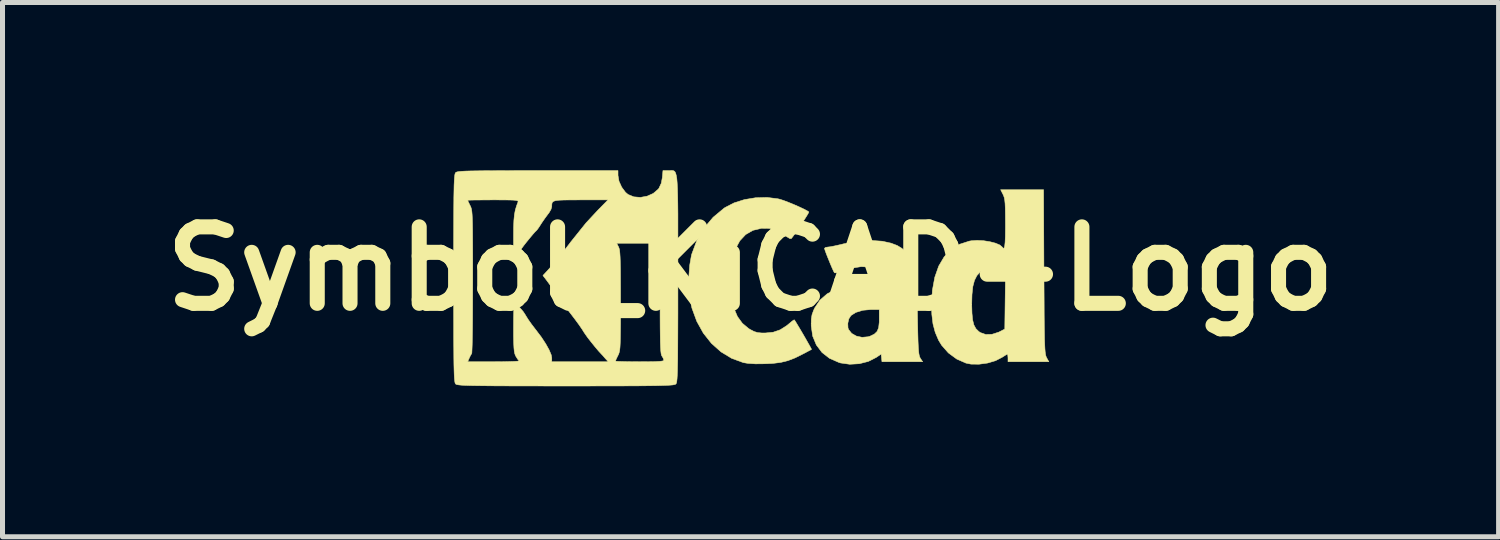
<source format=kicad_pcb>
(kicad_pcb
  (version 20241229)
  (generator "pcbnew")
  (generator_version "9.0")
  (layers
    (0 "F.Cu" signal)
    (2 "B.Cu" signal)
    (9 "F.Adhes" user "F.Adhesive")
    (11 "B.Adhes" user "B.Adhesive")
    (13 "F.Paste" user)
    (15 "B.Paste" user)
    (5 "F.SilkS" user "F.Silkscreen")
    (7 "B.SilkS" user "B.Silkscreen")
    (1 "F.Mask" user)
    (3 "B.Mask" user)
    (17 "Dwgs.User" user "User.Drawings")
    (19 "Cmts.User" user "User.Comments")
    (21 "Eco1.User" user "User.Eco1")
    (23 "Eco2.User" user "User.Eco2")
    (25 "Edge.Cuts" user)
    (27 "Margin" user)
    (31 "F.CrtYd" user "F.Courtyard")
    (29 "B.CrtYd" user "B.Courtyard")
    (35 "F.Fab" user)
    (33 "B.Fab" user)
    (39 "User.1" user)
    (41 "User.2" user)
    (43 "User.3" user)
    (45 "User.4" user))
  (footprint "Symbol_KiCAD-Logo"
    (layer "F.Cu")
    (at 11.909 2.306)
    (property "Reference" "Symbol_KiCAD-Logo" (at 0 0 0) (layer "F.SilkS") (effects (font (size 1.524 1.524) (thickness 0.3))))
    (attr through_hole)
    (fp_poly (pts (xy -2.044 -2.274) (xy -1.926 -2.208) (xy -1.833 -2.105) (xy -1.789 -2.019) (xy -1.759 -1.88) (xy -1.768 -1.742) (xy -1.815 -1.621) (xy -1.827 -1.602) (xy -1.918 -1.515) (xy -2.037 -1.454) (xy -2.17 -1.425) (xy -2.302 -1.428) (xy -2.42 -1.467) (xy -2.441 -1.48) (xy -2.523 -1.559) (xy -2.591 -1.667) (xy -2.633 -1.785) (xy -2.642 -1.854) (xy -2.622 -1.963) (xy -2.572 -2.078) (xy -2.501 -2.177) (xy -2.445 -2.226) (xy -2.313 -2.286) (xy -2.176 -2.301) (xy -2.044 -2.274)) (stroke (width 0.01) (type solid)) (fill yes) (layer "F.Mask"))
    (fp_poly (pts (xy -1.803 0.592) (xy -1.803 0.864) (xy -1.802 1.089) (xy -1.801 1.272) (xy -1.799 1.417) (xy -1.795 1.53) (xy -1.791 1.613) (xy -1.786 1.672) (xy -1.779 1.712) (xy -1.77 1.735) (xy -1.766 1.741) (xy -1.74 1.779) (xy -1.729 1.807) (xy -1.739 1.827) (xy -1.776 1.841) (xy -1.844 1.849) (xy -1.948 1.853) (xy -2.095 1.854) (xy -2.21 1.854) (xy -2.36 1.854) (xy -2.491 1.852) (xy -2.596 1.849) (xy -2.665 1.845) (xy -2.692 1.841) (xy -2.692 1.84) (xy -2.682 1.811) (xy -2.655 1.755) (xy -2.642 1.727) (xy -2.629 1.7) (xy -2.618 1.669) (xy -2.61 1.631) (xy -2.603 1.579) (xy -2.599 1.509) (xy -2.595 1.415) (xy -2.593 1.292) (xy -2.592 1.136) (xy -2.591 0.94) (xy -2.591 0.699) (xy -2.591 0.635) (xy -2.591 0.377) (xy -2.592 0.166) (xy -2.594 -0.005) (xy -2.596 -0.139) (xy -2.6 -0.241) (xy -2.605 -0.317) (xy -2.612 -0.372) (xy -2.62 -0.409) (xy -2.63 -0.433) (xy -2.668 -0.508) (xy -1.803 -0.508) (xy -1.803 0.592)) (stroke (width 0.01) (type solid)) (fill yes) (layer "F.Mask"))
    (fp_poly (pts (xy -3.386 -1.372) (xy -2.841 -1.372) (xy -3.04 -1.17) (xy -3.369 -0.807) (xy -3.584 -0.533) (xy -3.662 -0.43) (xy -3.757 -0.309) (xy -3.857 -0.186) (xy -3.952 -0.072) (xy -4.031 0.02) (xy -4.057 0.048) (xy -4.138 0.135) (xy -4.068 0.226) (xy -3.933 0.416) (xy -3.845 0.555) (xy -3.79 0.637) (xy -3.729 0.717) (xy -3.724 0.723) (xy -3.655 0.806) (xy -3.574 0.908) (xy -3.491 1.018) (xy -3.414 1.124) (xy -3.352 1.213) (xy -3.317 1.271) (xy -3.282 1.324) (xy -3.223 1.402) (xy -3.151 1.493) (xy -3.076 1.584) (xy -3.008 1.663) (xy -2.972 1.702) (xy -2.948 1.728) (xy -2.906 1.775) (xy -2.898 1.785) (xy -2.836 1.854) (xy -3.962 1.854) (xy -3.962 1.776) (xy -3.979 1.699) (xy -4.026 1.594) (xy -4.1 1.468) (xy -4.194 1.33) (xy -4.281 1.216) (xy -4.353 1.123) (xy -4.418 1.032) (xy -4.465 0.96) (xy -4.471 0.949) (xy -4.511 0.882) (xy -4.547 0.834) (xy -4.555 0.826) (xy -4.59 0.787) (xy -4.63 0.73) (xy -4.668 0.682) (xy -4.698 0.66) (xy -4.7 0.66) (xy -4.708 0.685) (xy -4.716 0.756) (xy -4.721 0.87) (xy -4.724 1.022) (xy -4.724 1.157) (xy -4.724 1.336) (xy -4.721 1.472) (xy -4.717 1.572) (xy -4.709 1.644) (xy -4.698 1.695) (xy -4.684 1.733) (xy -4.683 1.735) (xy -4.647 1.794) (xy -4.616 1.833) (xy -4.613 1.835) (xy -4.628 1.84) (xy -4.688 1.845) (xy -4.784 1.849) (xy -4.91 1.852) (xy -5.059 1.854) (xy -5.111 1.854) (xy -5.638 1.854) (xy -5.608 1.784) (xy -5.58 1.726) (xy -5.558 1.69) (xy -5.554 1.661) (xy -5.55 1.586) (xy -5.547 1.469) (xy -5.544 1.315) (xy -5.542 1.13) (xy -5.54 0.916) (xy -5.538 0.68) (xy -5.537 0.426) (xy -5.537 0.254) (xy -5.537 -0.05) (xy -5.538 -0.307) (xy -5.538 -0.522) (xy -5.539 -0.699) (xy -5.541 -0.842) (xy -5.544 -0.955) (xy -5.547 -1.043) (xy -5.552 -1.11) (xy -5.557 -1.159) (xy -5.564 -1.196) (xy -5.573 -1.224) (xy -5.583 -1.247) (xy -5.588 -1.257) (xy -5.619 -1.319) (xy -5.637 -1.358) (xy -5.639 -1.364) (xy -5.615 -1.366) (xy -5.547 -1.368) (xy -5.444 -1.37) (xy -5.313 -1.371) (xy -5.162 -1.372) (xy -5.128 -1.372) (xy -4.955 -1.371) (xy -4.826 -1.37) (xy -4.736 -1.368) (xy -4.678 -1.363) (xy -4.646 -1.356) (xy -4.633 -1.345) (xy -4.634 -1.331) (xy -4.636 -1.327) (xy -4.669 -1.238) (xy -4.693 -1.15) (xy -4.709 -1.051) (xy -4.719 -0.931) (xy -4.724 -0.779) (xy -4.724 -0.639) (xy -4.724 -0.219) (xy -4.648 -0.292) (xy -4.601 -0.342) (xy -4.574 -0.38) (xy -4.572 -0.387) (xy -4.557 -0.412) (xy -4.517 -0.466) (xy -4.462 -0.536) (xy -4.401 -0.611) (xy -4.342 -0.682) (xy -4.294 -0.736) (xy -4.267 -0.762) (xy -4.244 -0.789) (xy -4.206 -0.845) (xy -4.178 -0.889) (xy -4.12 -0.977) (xy -4.057 -1.063) (xy -4.035 -1.092) (xy -3.99 -1.158) (xy -3.965 -1.219) (xy -3.962 -1.236) (xy -3.962 -1.279) (xy -3.956 -1.312) (xy -3.939 -1.337) (xy -3.905 -1.353) (xy -3.847 -1.363) (xy -3.759 -1.369) (xy -3.635 -1.371) (xy -3.469 -1.372) (xy -3.386 -1.372)) (stroke (width 0.01) (type solid)) (fill yes) (layer "F.Mask"))
    (fp_poly (pts (xy 0.545 -1.394) (xy 0.586 -1.384) (xy 0.657 -1.361) (xy 0.752 -1.325) (xy 0.86 -1.281) (xy 0.967 -1.234) (xy 1.061 -1.19) (xy 1.131 -1.153) (xy 1.162 -1.132) (xy 1.152 -1.109) (xy 1.12 -1.054) (xy 1.071 -0.977) (xy 1.013 -0.888) (xy 0.951 -0.795) (xy 0.893 -0.71) (xy 0.843 -0.641) (xy 0.811 -0.6) (xy 0.782 -0.602) (xy 0.73 -0.633) (xy 0.686 -0.667) (xy 0.541 -0.759) (xy 0.376 -0.804) (xy 0.218 -0.806) (xy 0.047 -0.765) (xy -0.097 -0.682) (xy -0.214 -0.557) (xy -0.303 -0.392) (xy -0.364 -0.187) (xy -0.396 0.056) (xy -0.4 0.33) (xy -0.378 0.578) (xy -0.333 0.784) (xy -0.262 0.952) (xy -0.164 1.087) (xy -0.037 1.193) (xy -0.007 1.211) (xy 0.07 1.251) (xy 0.141 1.273) (xy 0.229 1.281) (xy 0.292 1.281) (xy 0.452 1.265) (xy 0.591 1.217) (xy 0.725 1.131) (xy 0.775 1.089) (xy 0.829 1.044) (xy 0.865 1.02) (xy 0.873 1.019) (xy 0.895 1.052) (xy 0.934 1.116) (xy 0.985 1.201) (xy 1.042 1.298) (xy 1.098 1.395) (xy 1.149 1.485) (xy 1.189 1.556) (xy 1.212 1.599) (xy 1.215 1.608) (xy 1.19 1.622) (xy 1.132 1.652) (xy 1.054 1.694) (xy 1.049 1.696) (xy 0.887 1.777) (xy 0.744 1.832) (xy 0.602 1.867) (xy 0.443 1.887) (xy 0.292 1.894) (xy 0.099 1.896) (xy -0.053 1.886) (xy -0.144 1.871) (xy -0.376 1.786) (xy -0.589 1.657) (xy -0.779 1.488) (xy -0.941 1.284) (xy -1.072 1.048) (xy -1.168 0.786) (xy -1.172 0.77) (xy -1.209 0.583) (xy -1.228 0.369) (xy -1.229 0.145) (xy -1.213 -0.07) (xy -1.18 -0.259) (xy -1.172 -0.291) (xy -1.07 -0.565) (xy -0.927 -0.811) (xy -0.746 -1.025) (xy -0.529 -1.206) (xy -0.508 -1.22) (xy -0.33 -1.312) (xy -0.122 -1.378) (xy 0.102 -1.415) (xy 0.329 -1.421) (xy 0.545 -1.394)) (stroke (width 0.01) (type solid)) (fill yes) (layer "F.SilkS"))
    (fp_poly (pts (xy 5.847 0.057) (xy 5.849 0.387) (xy 5.851 0.67) (xy 5.852 0.91) (xy 5.854 1.11) (xy 5.857 1.275) (xy 5.859 1.408) (xy 5.863 1.514) (xy 5.867 1.595) (xy 5.872 1.657) (xy 5.878 1.701) (xy 5.885 1.734) (xy 5.893 1.757) (xy 5.9 1.772) (xy 5.945 1.854) (xy 5.131 1.854) (xy 5.131 1.778) (xy 5.127 1.724) (xy 5.119 1.702) (xy 5.119 1.702) (xy 5.093 1.715) (xy 5.041 1.748) (xy 5.014 1.765) (xy 4.882 1.833) (xy 4.722 1.88) (xy 4.553 1.903) (xy 4.393 1.901) (xy 4.293 1.881) (xy 4.109 1.8) (xy 3.943 1.678) (xy 3.809 1.526) (xy 3.747 1.424) (xy 3.68 1.266) (xy 3.636 1.1) (xy 3.613 0.911) (xy 3.607 0.725) (xy 3.608 0.711) (xy 4.408 0.711) (xy 4.413 0.887) (xy 4.426 1.02) (xy 4.451 1.12) (xy 4.491 1.194) (xy 4.547 1.25) (xy 4.579 1.272) (xy 4.685 1.31) (xy 4.811 1.307) (xy 4.946 1.264) (xy 4.97 1.252) (xy 5.067 1.202) (xy 5.074 0.652) (xy 5.081 0.103) (xy 5.014 0.059) (xy 4.95 0.033) (xy 4.861 0.012) (xy 4.803 0.005) (xy 4.714 0.002) (xy 4.655 0.012) (xy 4.605 0.041) (xy 4.579 0.062) (xy 4.512 0.135) (xy 4.463 0.231) (xy 4.43 0.355) (xy 4.413 0.516) (xy 4.408 0.711) (xy 3.608 0.711) (xy 3.624 0.429) (xy 3.672 0.169) (xy 3.75 -0.053) (xy 3.859 -0.238) (xy 3.997 -0.383) (xy 4.164 -0.487) (xy 4.359 -0.55) (xy 4.398 -0.557) (xy 4.514 -0.565) (xy 4.641 -0.559) (xy 4.768 -0.539) (xy 4.881 -0.51) (xy 4.968 -0.473) (xy 5.016 -0.432) (xy 5.037 -0.408) (xy 5.053 -0.413) (xy 5.065 -0.451) (xy 5.073 -0.527) (xy 5.078 -0.644) (xy 5.08 -0.806) (xy 5.08 -0.896) (xy 5.079 -1.07) (xy 5.077 -1.202) (xy 5.073 -1.298) (xy 5.066 -1.368) (xy 5.056 -1.42) (xy 5.041 -1.461) (xy 5.032 -1.481) (xy 4.984 -1.575) (xy 5.84 -1.575) (xy 5.847 0.057)) (stroke (width 0.01) (type solid)) (fill yes) (layer "F.SilkS"))
    (fp_poly (pts (xy 2.628 -0.548) (xy 2.804 -0.508) (xy 2.923 -0.463) (xy 3.015 -0.407) (xy 3.098 -0.334) (xy 3.151 -0.279) (xy 3.194 -0.227) (xy 3.229 -0.173) (xy 3.257 -0.111) (xy 3.278 -0.034) (xy 3.293 0.062) (xy 3.305 0.183) (xy 3.313 0.335) (xy 3.319 0.525) (xy 3.323 0.756) (xy 3.326 0.877) (xy 3.33 1.109) (xy 3.334 1.296) (xy 3.338 1.443) (xy 3.343 1.555) (xy 3.349 1.638) (xy 3.356 1.698) (xy 3.365 1.74) (xy 3.376 1.769) (xy 3.385 1.786) (xy 3.43 1.854) (xy 2.619 1.854) (xy 2.603 1.701) (xy 2.504 1.768) (xy 2.348 1.847) (xy 2.167 1.893) (xy 1.977 1.904) (xy 1.794 1.878) (xy 1.761 1.868) (xy 1.574 1.786) (xy 1.424 1.669) (xy 1.311 1.519) (xy 1.238 1.342) (xy 1.209 1.139) (xy 1.209 1.118) (xy 1.209 1.089) (xy 1.938 1.089) (xy 1.942 1.178) (xy 1.952 1.209) (xy 2.015 1.289) (xy 2.11 1.343) (xy 2.223 1.367) (xy 2.342 1.356) (xy 2.38 1.345) (xy 2.467 1.303) (xy 2.522 1.25) (xy 2.553 1.175) (xy 2.565 1.066) (xy 2.565 1.012) (xy 2.565 0.813) (xy 2.399 0.813) (xy 2.236 0.828) (xy 2.097 0.871) (xy 2.002 0.932) (xy 1.959 0.998) (xy 1.938 1.089) (xy 1.209 1.089) (xy 1.211 1.003) (xy 1.225 0.916) (xy 1.255 0.832) (xy 1.278 0.782) (xy 1.382 0.626) (xy 1.527 0.5) (xy 1.71 0.405) (xy 1.933 0.341) (xy 2.193 0.309) (xy 2.334 0.305) (xy 2.572 0.305) (xy 2.558 0.201) (xy 2.522 0.088) (xy 2.45 0.01) (xy 2.344 -0.034) (xy 2.204 -0.042) (xy 2.032 -0.014) (xy 1.855 0.04) (xy 1.77 0.067) (xy 1.705 0.082) (xy 1.673 0.082) (xy 1.673 0.082) (xy 1.655 0.05) (xy 1.625 -0.016) (xy 1.588 -0.103) (xy 1.549 -0.199) (xy 1.513 -0.289) (xy 1.486 -0.362) (xy 1.474 -0.403) (xy 1.473 -0.407) (xy 1.495 -0.425) (xy 1.538 -0.432) (xy 1.59 -0.438) (xy 1.677 -0.455) (xy 1.785 -0.479) (xy 1.862 -0.498) (xy 2.128 -0.549) (xy 2.387 -0.565) (xy 2.628 -0.548)) (stroke (width 0.01) (type solid)) (fill yes) (layer "F.SilkS"))
    (fp_poly (pts (xy -1.549 -1.957) (xy -1.527 -1.95) (xy -1.508 -1.934) (xy -1.493 -1.905) (xy -1.481 -1.861) (xy -1.47 -1.798) (xy -1.463 -1.713) (xy -1.457 -1.603) (xy -1.453 -1.465) (xy -1.45 -1.296) (xy -1.448 -1.092) (xy -1.448 -0.851) (xy -1.448 -0.568) (xy -1.448 -0.242) (xy -1.448 0.131) (xy -1.448 0.191) (xy -1.448 0.566) (xy -1.448 0.894) (xy -1.449 1.177) (xy -1.45 1.42) (xy -1.451 1.624) (xy -1.452 1.794) (xy -1.455 1.933) (xy -1.457 2.043) (xy -1.461 2.129) (xy -1.465 2.193) (xy -1.47 2.239) (xy -1.475 2.269) (xy -1.482 2.288) (xy -1.488 2.297) (xy -1.499 2.304) (xy -1.519 2.31) (xy -1.552 2.316) (xy -1.599 2.32) (xy -1.666 2.324) (xy -1.755 2.327) (xy -1.868 2.33) (xy -2.01 2.332) (xy -2.183 2.334) (xy -2.39 2.335) (xy -2.635 2.336) (xy -2.921 2.336) (xy -3.251 2.337) (xy -3.628 2.337) (xy -3.683 2.337) (xy -4.067 2.337) (xy -4.403 2.336) (xy -4.695 2.336) (xy -4.945 2.335) (xy -5.158 2.334) (xy -5.335 2.332) (xy -5.481 2.33) (xy -5.598 2.328) (xy -5.689 2.325) (xy -5.759 2.321) (xy -5.809 2.316) (xy -5.843 2.311) (xy -5.865 2.305) (xy -5.877 2.298) (xy -5.878 2.297) (xy -5.886 2.286) (xy -5.892 2.265) (xy -5.897 2.232) (xy -5.902 2.184) (xy -5.906 2.116) (xy -5.909 2.026) (xy -5.912 1.911) (xy -5.914 1.767) (xy -5.915 1.591) (xy -5.917 1.381) (xy -5.917 1.131) (xy -5.918 0.84) (xy -5.918 0.504) (xy -5.918 0.191) (xy -5.918 -0.185) (xy -5.918 -0.513) (xy -5.917 -0.796) (xy -5.916 -1.039) (xy -5.915 -1.243) (xy -5.914 -1.364) (xy -5.639 -1.364) (xy -5.628 -1.339) (xy -5.602 -1.285) (xy -5.588 -1.257) (xy -5.577 -1.234) (xy -5.568 -1.209) (xy -5.56 -1.176) (xy -5.554 -1.133) (xy -5.549 -1.074) (xy -5.545 -0.996) (xy -5.542 -0.894) (xy -5.54 -0.764) (xy -5.539 -0.603) (xy -5.538 -0.404) (xy -5.537 -0.166) (xy -5.537 0.118) (xy -5.537 0.254) (xy -5.538 0.518) (xy -5.539 0.766) (xy -5.54 0.995) (xy -5.542 1.199) (xy -5.545 1.374) (xy -5.548 1.515) (xy -5.552 1.617) (xy -5.555 1.677) (xy -5.558 1.69) (xy -5.582 1.73) (xy -5.608 1.784) (xy -5.638 1.854) (xy -5.111 1.854) (xy -4.956 1.853) (xy -4.822 1.85) (xy -4.715 1.847) (xy -4.643 1.842) (xy -4.613 1.837) (xy -4.613 1.835) (xy -4.643 1.801) (xy -4.679 1.743) (xy -4.683 1.735) (xy -4.698 1.698) (xy -4.709 1.647) (xy -4.716 1.577) (xy -4.721 1.478) (xy -4.724 1.344) (xy -4.724 1.167) (xy -4.724 1.157) (xy -4.723 0.979) (xy -4.72 0.837) (xy -4.714 0.734) (xy -4.706 0.674) (xy -4.7 0.66) (xy -4.67 0.68) (xy -4.632 0.727) (xy -4.63 0.73) (xy -4.59 0.787) (xy -4.555 0.826) (xy -4.525 0.863) (xy -4.485 0.925) (xy -4.471 0.949) (xy -4.429 1.016) (xy -4.366 1.105) (xy -4.295 1.198) (xy -4.281 1.216) (xy -4.173 1.358) (xy -4.083 1.495) (xy -4.015 1.617) (xy -3.973 1.717) (xy -3.962 1.776) (xy -3.962 1.854) (xy -2.836 1.854) (xy -2.848 1.84) (xy -2.692 1.84) (xy -2.668 1.845) (xy -2.601 1.848) (xy -2.499 1.851) (xy -2.369 1.853) (xy -2.22 1.854) (xy -2.21 1.854) (xy -2.033 1.853) (xy -1.902 1.851) (xy -1.811 1.846) (xy -1.756 1.839) (xy -1.731 1.829) (xy -1.728 1.822) (xy -1.743 1.779) (xy -1.766 1.741) (xy -1.775 1.723) (xy -1.783 1.69) (xy -1.789 1.639) (xy -1.794 1.566) (xy -1.798 1.466) (xy -1.8 1.334) (xy -1.802 1.167) (xy -1.803 0.959) (xy -1.803 0.706) (xy -1.803 0.592) (xy -1.803 -0.508) (xy -2.668 -0.508) (xy -2.63 -0.433) (xy -2.62 -0.407) (xy -2.611 -0.369) (xy -2.605 -0.313) (xy -2.6 -0.236) (xy -2.596 -0.131) (xy -2.593 0.005) (xy -2.592 0.178) (xy -2.591 0.392) (xy -2.591 0.635) (xy -2.591 0.886) (xy -2.591 1.093) (xy -2.593 1.258) (xy -2.595 1.389) (xy -2.598 1.489) (xy -2.602 1.564) (xy -2.608 1.62) (xy -2.616 1.661) (xy -2.626 1.693) (xy -2.638 1.721) (xy -2.642 1.727) (xy -2.673 1.791) (xy -2.691 1.833) (xy -2.692 1.84) (xy -2.848 1.84) (xy -2.898 1.785) (xy -2.941 1.735) (xy -2.97 1.704) (xy -2.972 1.702) (xy -3.03 1.639) (xy -3.101 1.555) (xy -3.176 1.462) (xy -3.245 1.374) (xy -3.296 1.302) (xy -3.317 1.271) (xy -3.357 1.207) (xy -3.42 1.115) (xy -3.498 1.009) (xy -3.582 0.899) (xy -3.661 0.797) (xy -3.724 0.723) (xy -3.784 0.646) (xy -3.841 0.562) (xy -3.845 0.555) (xy -3.972 0.357) (xy -4.068 0.226) (xy -4.138 0.135) (xy -4.057 0.048) (xy -3.986 -0.031) (xy -3.896 -0.138) (xy -3.797 -0.26) (xy -3.699 -0.383) (xy -3.613 -0.494) (xy -3.584 -0.533) (xy -3.279 -0.913) (xy -3.04 -1.17) (xy -2.841 -1.372) (xy -3.386 -1.372) (xy -3.571 -1.371) (xy -3.712 -1.37) (xy -3.814 -1.366) (xy -3.884 -1.358) (xy -3.927 -1.344) (xy -3.951 -1.324) (xy -3.96 -1.294) (xy -3.962 -1.255) (xy -3.962 -1.236) (xy -3.978 -1.182) (xy -4.017 -1.115) (xy -4.035 -1.092) (xy -4.093 -1.014) (xy -4.156 -0.923) (xy -4.178 -0.889) (xy -4.221 -0.822) (xy -4.255 -0.775) (xy -4.267 -0.762) (xy -4.297 -0.733) (xy -4.346 -0.677) (xy -4.405 -0.606) (xy -4.467 -0.53) (xy -4.521 -0.461) (xy -4.559 -0.409) (xy -4.572 -0.387) (xy -4.589 -0.357) (xy -4.631 -0.309) (xy -4.648 -0.292) (xy -4.724 -0.219) (xy -4.724 -0.639) (xy -4.723 -0.822) (xy -4.717 -0.965) (xy -4.706 -1.078) (xy -4.688 -1.173) (xy -4.661 -1.261) (xy -4.636 -1.327) (xy -4.633 -1.342) (xy -4.641 -1.353) (xy -4.668 -1.361) (xy -4.72 -1.367) (xy -4.802 -1.37) (xy -4.921 -1.371) (xy -5.083 -1.372) (xy -5.128 -1.372) (xy -5.283 -1.371) (xy -5.419 -1.37) (xy -5.528 -1.369) (xy -5.604 -1.367) (xy -5.638 -1.365) (xy -5.639 -1.364) (xy -5.914 -1.364) (xy -5.914 -1.413) (xy -5.911 -1.552) (xy -5.909 -1.662) (xy -5.905 -1.748) (xy -5.901 -1.812) (xy -5.896 -1.858) (xy -5.891 -1.888) (xy -5.884 -1.907) (xy -5.878 -1.916) (xy -5.866 -1.924) (xy -5.844 -1.931) (xy -5.808 -1.937) (xy -5.755 -1.942) (xy -5.681 -1.946) (xy -5.583 -1.949) (xy -5.456 -1.951) (xy -5.297 -1.953) (xy -5.103 -1.954) (xy -4.869 -1.955) (xy -4.592 -1.956) (xy -4.268 -1.956) (xy -2.642 -1.956) (xy -2.642 -1.86) (xy -2.622 -1.744) (xy -2.568 -1.625) (xy -2.493 -1.524) (xy -2.441 -1.48) (xy -2.327 -1.433) (xy -2.196 -1.422) (xy -2.062 -1.446) (xy -1.939 -1.501) (xy -1.842 -1.584) (xy -1.826 -1.604) (xy -1.779 -1.705) (xy -1.758 -1.82) (xy -1.746 -1.956) (xy -1.637 -1.956) (xy -1.603 -1.957) (xy -1.574 -1.959) (xy -1.549 -1.957)) (stroke (width 0.01) (type solid)) (fill yes) (layer "F.SilkS")))
  (gr_rect
    (start -3 -3)
    (end 26.818 7.648)
    (stroke (width 0.1) (type default))
    (fill no)
    (layer "Edge.Cuts")))
</source>
